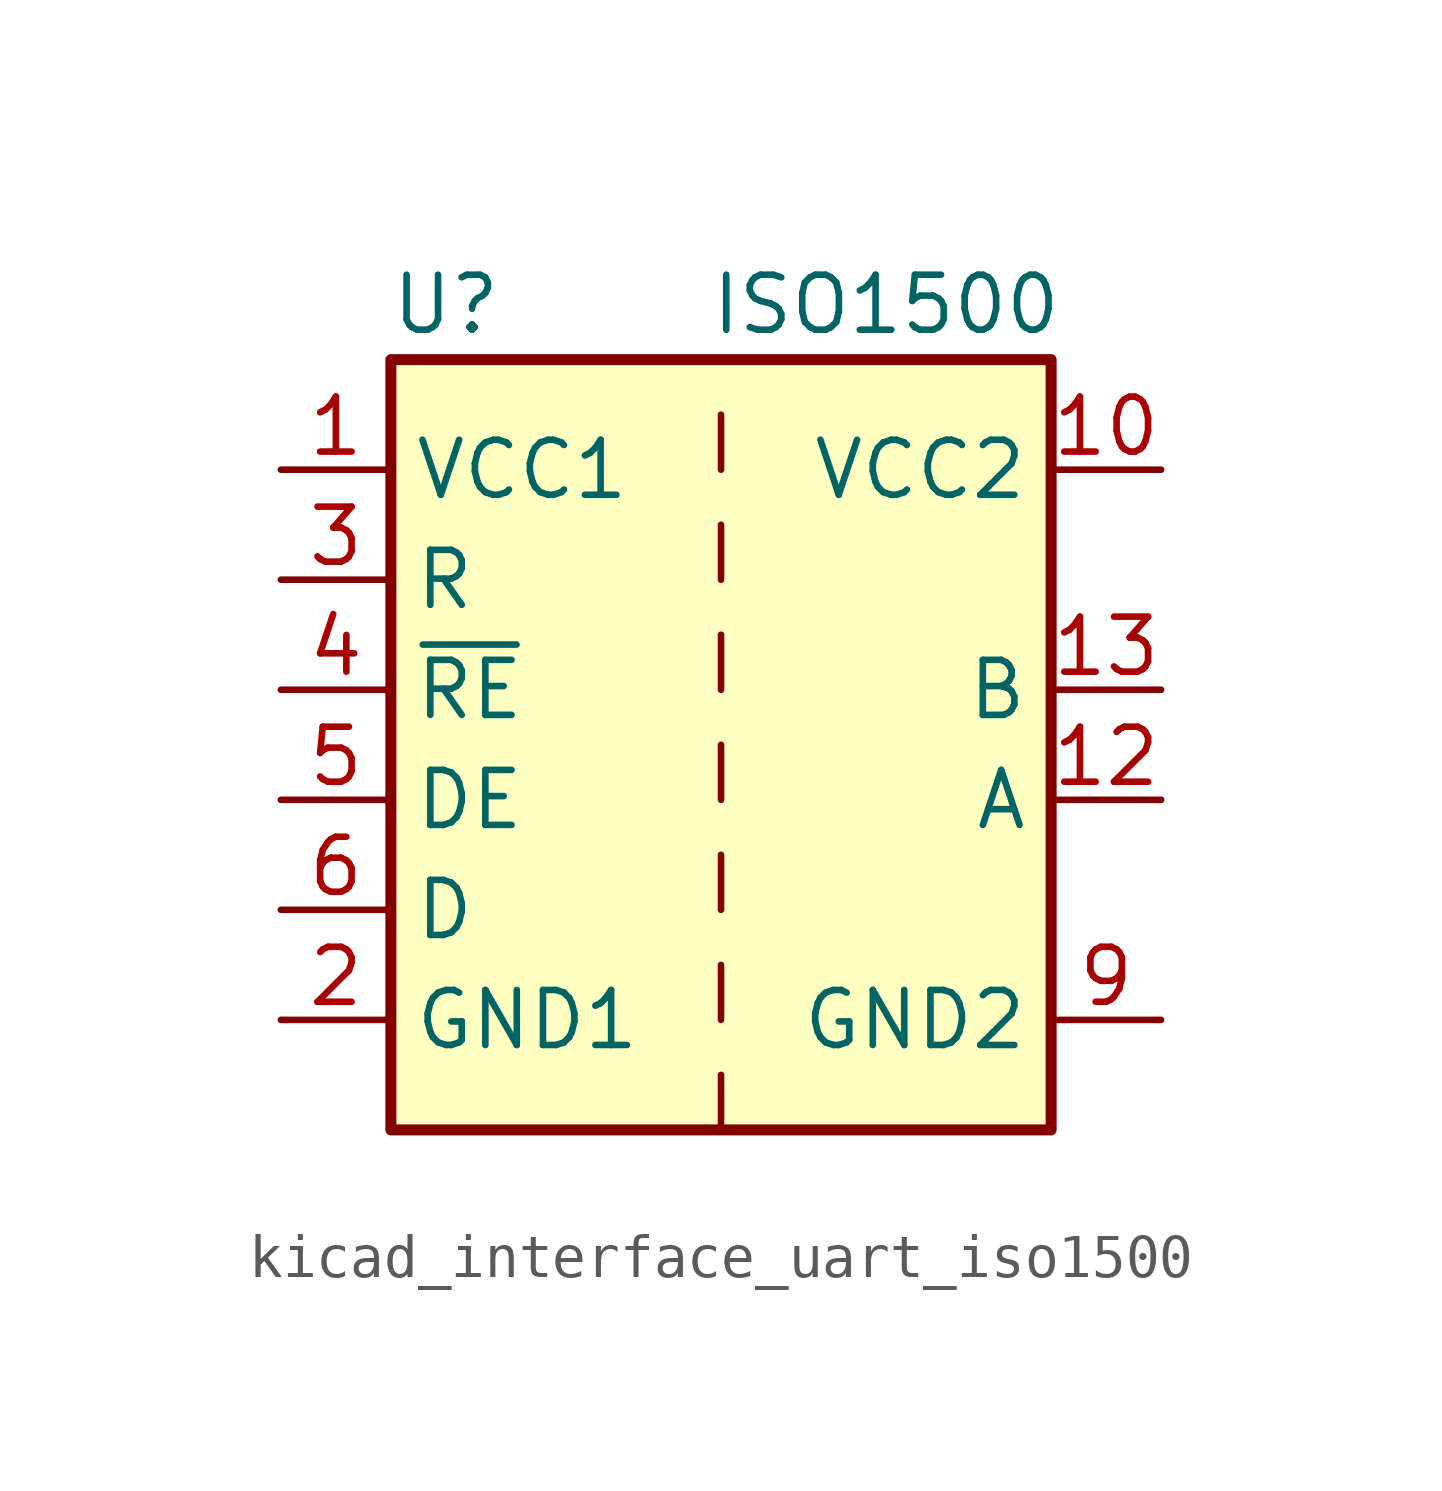
<source format=kicad_sym>
(kicad_symbol_lib
  (version 20220914)
  (generator kicad_symbol_editor)
  (symbol "kicad_interface_uart_iso1500"
    (property "Reference" "U"
      (at -6.35 11.43 0)
      (effects (font (size 1.27 1.27))))
    (property "Value" "ISO1500"
      (at 3.81 11.43 0)
      (effects (font (size 1.27 1.27))))
    (symbol "kicad_interface_uart_iso1500_0_1"
      (rectangle (start -7.62 10.16) (end 7.62 -7.62) (stroke (width 0.254) (type default)) (fill (type background)))
      (polyline (pts (xy 0 -6.35) (xy 0 -7.62)) (stroke (width 0) (type default)) (fill (type none)))
      (polyline (pts (xy 0 -3.81) (xy 0 -5.08)) (stroke (width 0) (type default)) (fill (type none)))
      (polyline (pts (xy 0 -1.27) (xy 0 -2.54)) (stroke (width 0) (type default)) (fill (type none)))
      (polyline (pts (xy 0 1.27) (xy 0 0)) (stroke (width 0) (type default)) (fill (type none)))
      (polyline (pts (xy 0 3.81) (xy 0 2.54)) (stroke (width 0) (type default)) (fill (type none)))
      (polyline (pts (xy 0 6.35) (xy 0 5.08)) (stroke (width 0) (type default)) (fill (type none)))
      (polyline (pts (xy 0 7.62) (xy 0 8.89)) (stroke (width 0) (type default)) (fill (type none))))
    (symbol "kicad_interface_uart_iso1500_1_1"
      (pin power_in line (at -10.16 7.62 0) (length 2.54) (name "VCC1" (effects (font (size 1.27 1.27)))) (number "1" (effects (font (size 1.27 1.27)))))
      (pin power_in line (at 10.16 7.62 180) (length 2.54) (name "VCC2" (effects (font (size 1.27 1.27)))) (number "10" (effects (font (size 1.27 1.27)))))
      (pin no_connect line (at 7.62 -2.54 180) (length 2.54) hide (name "NC" (effects (font (size 1.27 1.27)))) (number "11" (effects (font (size 1.27 1.27)))))
      (pin bidirectional line (at 10.16 0 180) (length 2.54) (name "A" (effects (font (size 1.27 1.27)))) (number "12" (effects (font (size 1.27 1.27)))))
      (pin bidirectional line (at 10.16 2.54 180) (length 2.54) (name "B" (effects (font (size 1.27 1.27)))) (number "13" (effects (font (size 1.27 1.27)))))
      (pin no_connect line (at 7.62 5.08 180) (length 2.54) hide (name "NC" (effects (font (size 1.27 1.27)))) (number "14" (effects (font (size 1.27 1.27)))))
      (pin passive line (at 10.16 -5.08 180) (length 2.54) hide (name "GND2" (effects (font (size 1.27 1.27)))) (number "15" (effects (font (size 1.27 1.27)))))
      (pin passive line (at 10.16 7.62 180) (length 2.54) hide (name "VCC2" (effects (font (size 1.27 1.27)))) (number "16" (effects (font (size 1.27 1.27)))))
      (pin power_in line (at -10.16 -5.08 0) (length 2.54) (name "GND1" (effects (font (size 1.27 1.27)))) (number "2" (effects (font (size 1.27 1.27)))))
      (pin output line (at -10.16 5.08 0) (length 2.54) (name "R" (effects (font (size 1.27 1.27)))) (number "3" (effects (font (size 1.27 1.27)))))
      (pin input line (at -10.16 2.54 0) (length 2.54) (name "~{RE}" (effects (font (size 1.27 1.27)))) (number "4" (effects (font (size 1.27 1.27)))))
      (pin input line (at -10.16 0 0) (length 2.54) (name "DE" (effects (font (size 1.27 1.27)))) (number "5" (effects (font (size 1.27 1.27)))))
      (pin input line (at -10.16 -2.54 0) (length 2.54) (name "D" (effects (font (size 1.27 1.27)))) (number "6" (effects (font (size 1.27 1.27)))))
      (pin no_connect line (at 0 -7.62 90) (length 2.54) hide (name "NC" (effects (font (size 1.27 1.27)))) (number "7" (effects (font (size 1.27 1.27)))))
      (pin passive line (at -10.16 -5.08 0) (length 2.54) hide (name "GND1" (effects (font (size 1.27 1.27)))) (number "8" (effects (font (size 1.27 1.27)))))
      (pin power_in line (at 10.16 -5.08 180) (length 2.54) (name "GND2" (effects (font (size 1.27 1.27)))) (number "9" (effects (font (size 1.27 1.27))))))))
</source>
